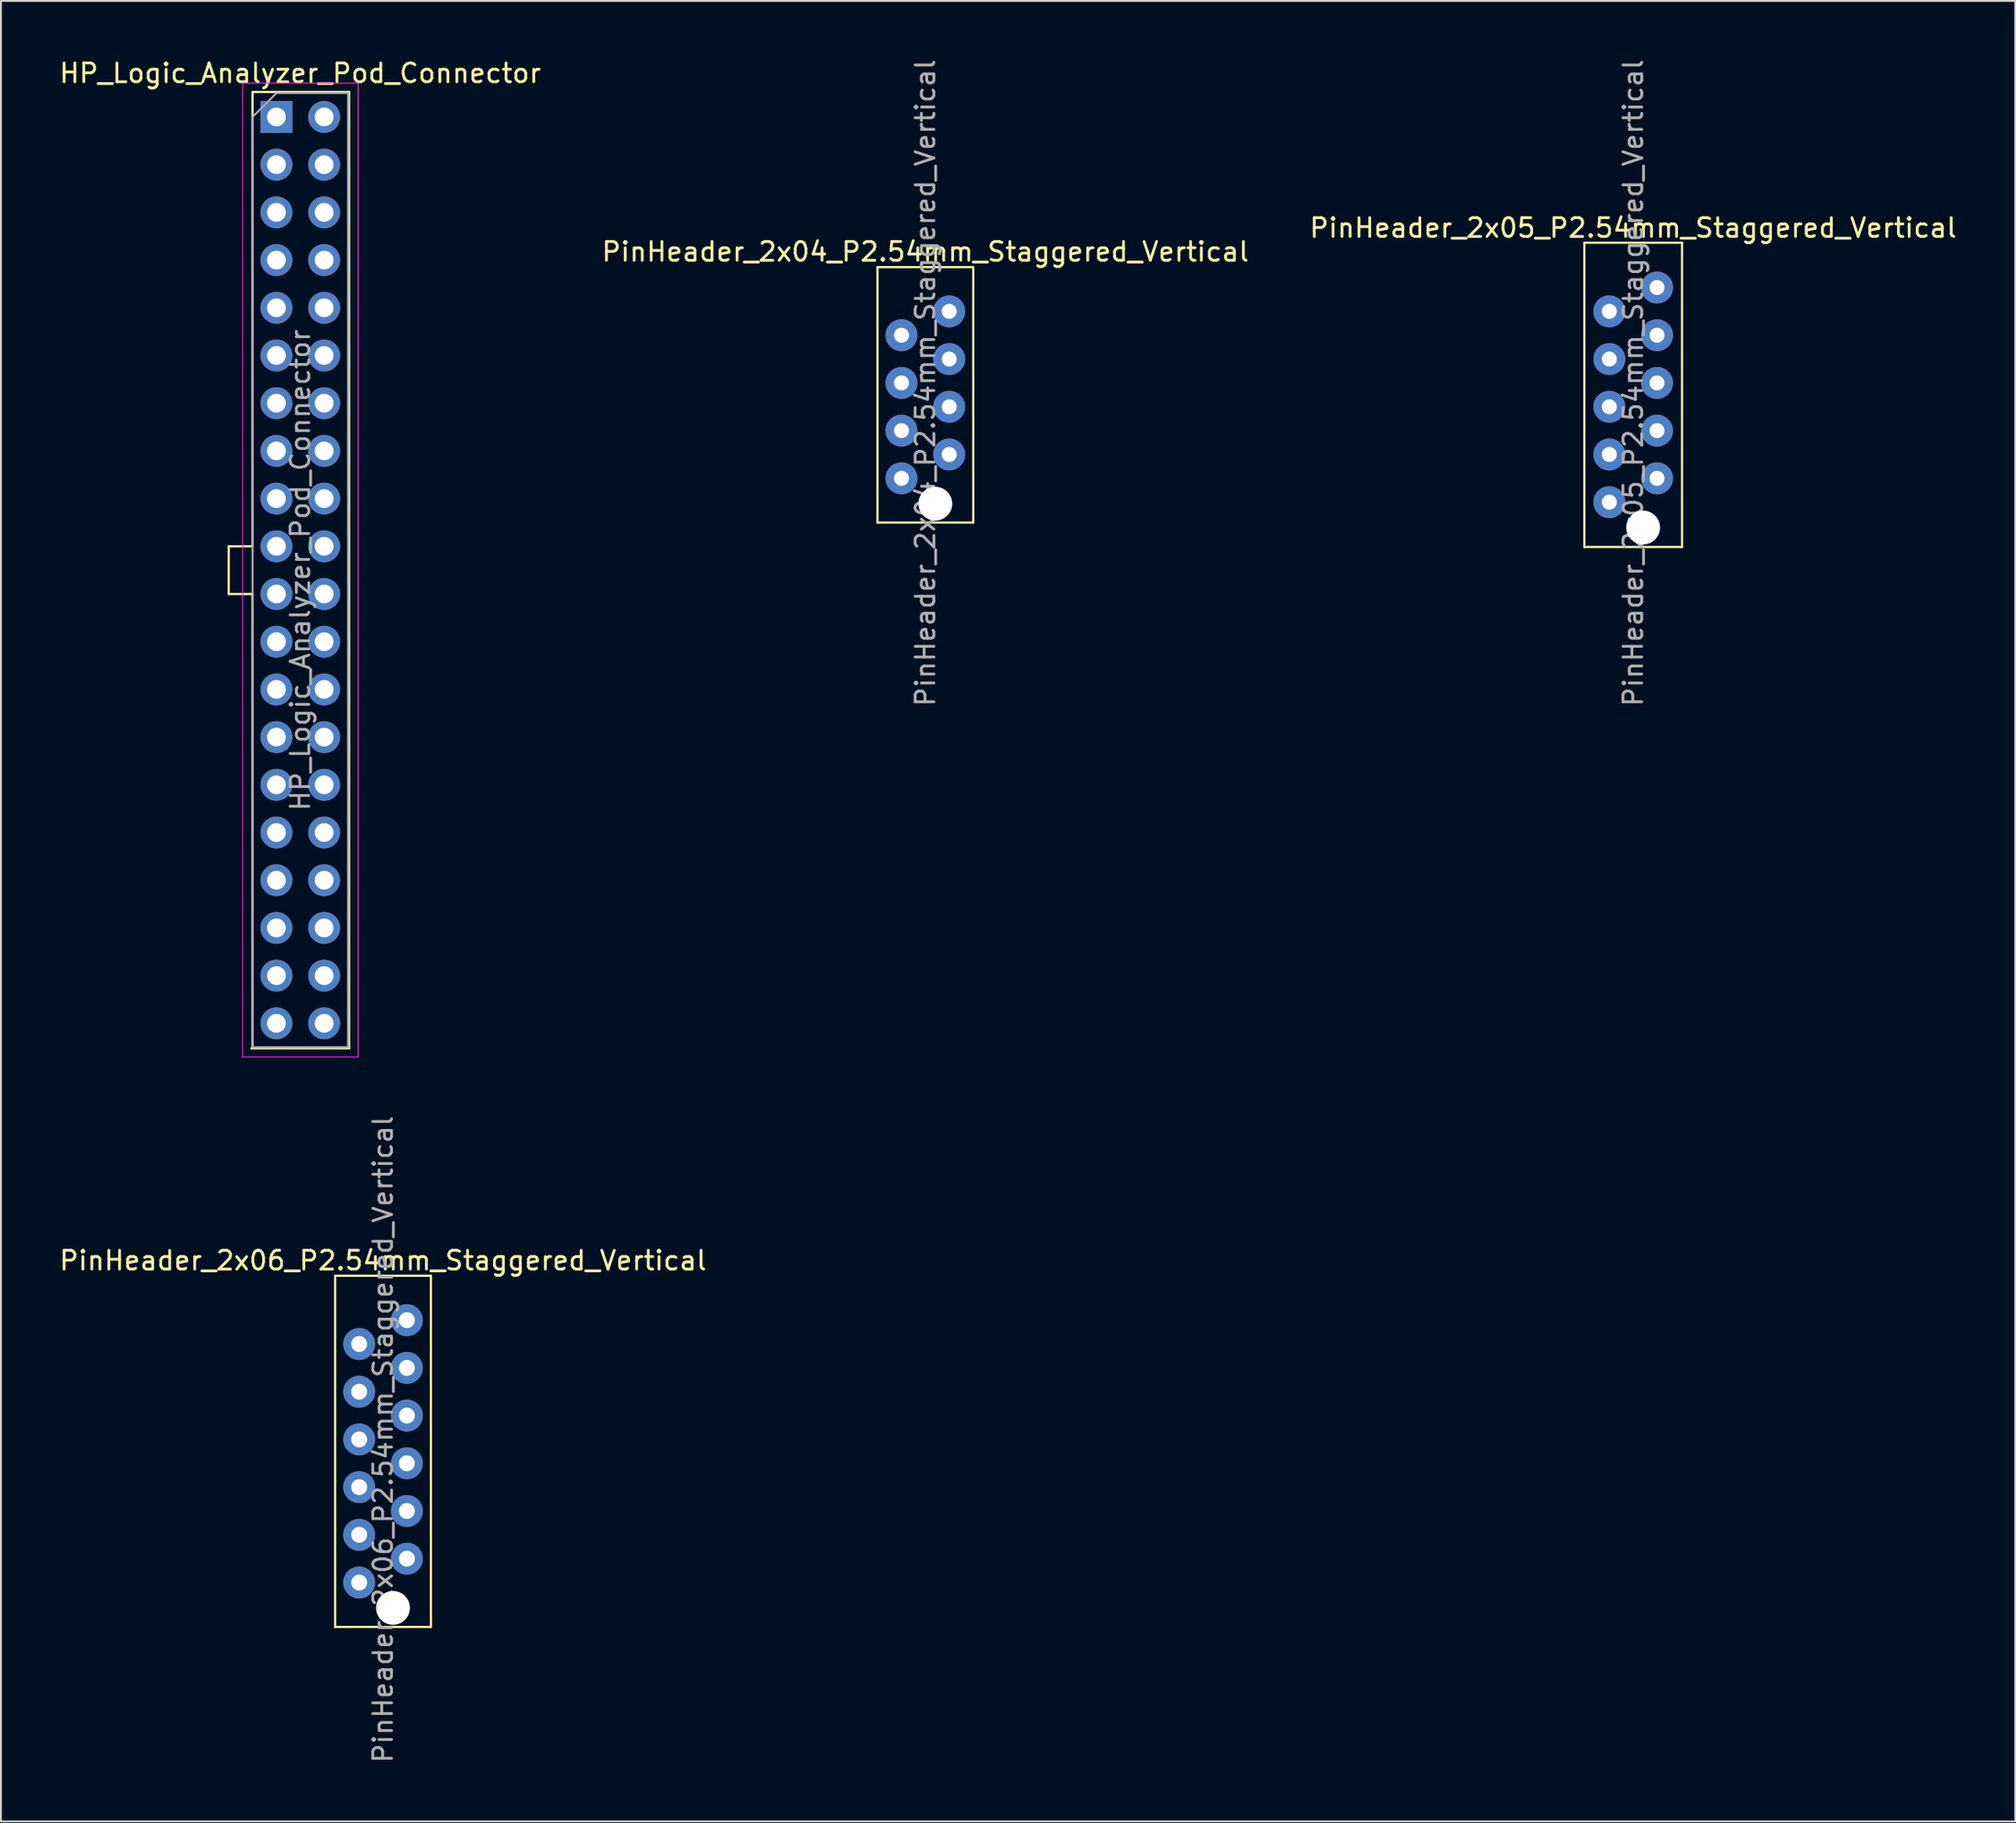
<source format=kicad_pcb>
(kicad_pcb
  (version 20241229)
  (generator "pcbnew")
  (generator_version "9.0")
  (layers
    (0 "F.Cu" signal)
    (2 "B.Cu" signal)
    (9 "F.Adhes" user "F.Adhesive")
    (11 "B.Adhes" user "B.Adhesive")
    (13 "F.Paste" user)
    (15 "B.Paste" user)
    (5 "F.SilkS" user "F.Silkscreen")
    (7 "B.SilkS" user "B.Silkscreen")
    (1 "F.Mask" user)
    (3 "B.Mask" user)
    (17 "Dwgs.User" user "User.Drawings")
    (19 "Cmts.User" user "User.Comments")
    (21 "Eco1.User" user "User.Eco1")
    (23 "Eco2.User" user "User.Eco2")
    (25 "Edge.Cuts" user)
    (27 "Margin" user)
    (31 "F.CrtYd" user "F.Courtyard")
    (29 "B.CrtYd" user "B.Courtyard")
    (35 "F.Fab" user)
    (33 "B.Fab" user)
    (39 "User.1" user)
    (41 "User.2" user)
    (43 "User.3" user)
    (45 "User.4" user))
  (footprint "HP_Logic_Analyzer_Pod_Connector"
    (layer "F.Cu")
    (at 11.665 3.178)
    (property "Reference" "HP_Logic_Analyzer_Pod_Connector" (at 1.27 -2.33 0) (layer "F.SilkS") (effects (font (size 1 1) (thickness 0.15))))
    (attr through_hole)
    (fp_line (start -2.54 22.86) (end -1.27 22.86) (stroke (width 0.12) (type solid)) (layer "F.SilkS"))
    (fp_line (start -2.54 25.4) (end -2.54 22.86) (stroke (width 0.12) (type solid)) (layer "F.SilkS"))
    (fp_line (start -1.33 49.59) (end 3.87 49.59) (stroke (width 0.12) (type solid)) (layer "F.SilkS"))
    (fp_line (start -1.27 -1.33) (end -1.27 22.86) (stroke (width 0.12) (type solid)) (layer "F.SilkS"))
    (fp_line (start -1.27 -1.33) (end 3.87 -1.33) (stroke (width 0.12) (type solid)) (layer "F.SilkS"))
    (fp_line (start -1.27 25.4) (end -2.54 25.4) (stroke (width 0.12) (type solid)) (layer "F.SilkS"))
    (fp_line (start -1.27 25.4) (end -1.27 49.59) (stroke (width 0.12) (type solid)) (layer "F.SilkS"))
    (fp_line (start 3.87 -1.33) (end 3.87 49.59) (stroke (width 0.12) (type solid)) (layer "F.SilkS"))
    (fp_line (start -1.8 -1.8) (end -1.8 50.05) (stroke (width 0.05) (type solid)) (layer "F.CrtYd"))
    (fp_line (start -1.8 50.05) (end 4.35 50.05) (stroke (width 0.05) (type solid)) (layer "F.CrtYd"))
    (fp_line (start 4.35 -1.8) (end -1.8 -1.8) (stroke (width 0.05) (type solid)) (layer "F.CrtYd"))
    (fp_line (start 4.35 50.05) (end 4.35 -1.8) (stroke (width 0.05) (type solid)) (layer "F.CrtYd"))
    (fp_line (start -1.27 0) (end 0 -1.27) (stroke (width 0.1) (type solid)) (layer "F.Fab"))
    (fp_line (start -1.27 49.53) (end -1.27 0) (stroke (width 0.1) (type solid)) (layer "F.Fab"))
    (fp_line (start 0 -1.27) (end 3.81 -1.27) (stroke (width 0.1) (type solid)) (layer "F.Fab"))
    (fp_line (start 3.81 -1.27) (end 3.81 49.53) (stroke (width 0.1) (type solid)) (layer "F.Fab"))
    (fp_line (start 3.81 49.53) (end -1.27 49.53) (stroke (width 0.1) (type solid)) (layer "F.Fab"))
    (fp_text user "${REFERENCE}" (at 1.27 24.13 90) (layer "F.Fab") (effects (font (size 1 1) (thickness 0.15))))
    (pad "1" thru_hole rect (at 0 0) (size 1.7 1.7) (drill 1) (layers "*.Cu" "*.Mask"))
    (pad "2" thru_hole oval (at 2.54 0) (size 1.7 1.7) (drill 1) (layers "*.Cu" "*.Mask"))
    (pad "3" thru_hole oval (at 0 2.54) (size 1.7 1.7) (drill 1) (layers "*.Cu" "*.Mask"))
    (pad "4" thru_hole oval (at 2.54 2.54) (size 1.7 1.7) (drill 1) (layers "*.Cu" "*.Mask"))
    (pad "5" thru_hole oval (at 0 5.08) (size 1.7 1.7) (drill 1) (layers "*.Cu" "*.Mask"))
    (pad "6" thru_hole oval (at 2.54 5.08) (size 1.7 1.7) (drill 1) (layers "*.Cu" "*.Mask"))
    (pad "7" thru_hole oval (at 0 7.62) (size 1.7 1.7) (drill 1) (layers "*.Cu" "*.Mask"))
    (pad "8" thru_hole oval (at 2.54 7.62) (size 1.7 1.7) (drill 1) (layers "*.Cu" "*.Mask"))
    (pad "9" thru_hole oval (at 0 10.16) (size 1.7 1.7) (drill 1) (layers "*.Cu" "*.Mask"))
    (pad "10" thru_hole oval (at 2.54 10.16) (size 1.7 1.7) (drill 1) (layers "*.Cu" "*.Mask"))
    (pad "11" thru_hole oval (at 0 12.7) (size 1.7 1.7) (drill 1) (layers "*.Cu" "*.Mask"))
    (pad "12" thru_hole oval (at 2.54 12.7) (size 1.7 1.7) (drill 1) (layers "*.Cu" "*.Mask"))
    (pad "13" thru_hole oval (at 0 15.24) (size 1.7 1.7) (drill 1) (layers "*.Cu" "*.Mask"))
    (pad "14" thru_hole oval (at 2.54 15.24) (size 1.7 1.7) (drill 1) (layers "*.Cu" "*.Mask"))
    (pad "15" thru_hole oval (at 0 17.78) (size 1.7 1.7) (drill 1) (layers "*.Cu" "*.Mask"))
    (pad "16" thru_hole oval (at 2.54 17.78) (size 1.7 1.7) (drill 1) (layers "*.Cu" "*.Mask"))
    (pad "17" thru_hole oval (at 0 20.32) (size 1.7 1.7) (drill 1) (layers "*.Cu" "*.Mask"))
    (pad "18" thru_hole oval (at 2.54 20.32) (size 1.7 1.7) (drill 1) (layers "*.Cu" "*.Mask"))
    (pad "19" thru_hole oval (at 0 22.86) (size 1.7 1.7) (drill 1) (layers "*.Cu" "*.Mask"))
    (pad "20" thru_hole oval (at 2.54 22.86) (size 1.7 1.7) (drill 1) (layers "*.Cu" "*.Mask"))
    (pad "21" thru_hole oval (at 0 25.4) (size 1.7 1.7) (drill 1) (layers "*.Cu" "*.Mask"))
    (pad "22" thru_hole oval (at 2.54 25.4) (size 1.7 1.7) (drill 1) (layers "*.Cu" "*.Mask"))
    (pad "23" thru_hole oval (at 0 27.94) (size 1.7 1.7) (drill 1) (layers "*.Cu" "*.Mask"))
    (pad "24" thru_hole oval (at 2.54 27.94) (size 1.7 1.7) (drill 1) (layers "*.Cu" "*.Mask"))
    (pad "25" thru_hole oval (at 0 30.48) (size 1.7 1.7) (drill 1) (layers "*.Cu" "*.Mask"))
    (pad "26" thru_hole oval (at 2.54 30.48) (size 1.7 1.7) (drill 1) (layers "*.Cu" "*.Mask"))
    (pad "27" thru_hole oval (at 0 33.02) (size 1.7 1.7) (drill 1) (layers "*.Cu" "*.Mask"))
    (pad "28" thru_hole oval (at 2.54 33.02) (size 1.7 1.7) (drill 1) (layers "*.Cu" "*.Mask"))
    (pad "29" thru_hole oval (at 0 35.56) (size 1.7 1.7) (drill 1) (layers "*.Cu" "*.Mask"))
    (pad "30" thru_hole oval (at 2.54 35.56) (size 1.7 1.7) (drill 1) (layers "*.Cu" "*.Mask"))
    (pad "31" thru_hole oval (at 0 38.1) (size 1.7 1.7) (drill 1) (layers "*.Cu" "*.Mask"))
    (pad "32" thru_hole oval (at 2.54 38.1) (size 1.7 1.7) (drill 1) (layers "*.Cu" "*.Mask"))
    (pad "33" thru_hole oval (at 0 40.64) (size 1.7 1.7) (drill 1) (layers "*.Cu" "*.Mask"))
    (pad "34" thru_hole oval (at 2.54 40.64) (size 1.7 1.7) (drill 1) (layers "*.Cu" "*.Mask"))
    (pad "35" thru_hole oval (at 0 43.18) (size 1.7 1.7) (drill 1) (layers "*.Cu" "*.Mask"))
    (pad "36" thru_hole oval (at 2.54 43.18) (size 1.7 1.7) (drill 1) (layers "*.Cu" "*.Mask"))
    (pad "37" thru_hole oval (at 0 45.72) (size 1.7 1.7) (drill 1) (layers "*.Cu" "*.Mask"))
    (pad "38" thru_hole oval (at 2.54 45.72) (size 1.7 1.7) (drill 1) (layers "*.Cu" "*.Mask"))
    (pad "39" thru_hole oval (at 0 48.26) (size 1.7 1.7) (drill 1) (layers "*.Cu" "*.Mask"))
    (pad "40" thru_hole oval (at 2.54 48.26) (size 1.7 1.7) (drill 1) (layers "*.Cu" "*.Mask")))
  (footprint "PinHeader_2x06_P2.54mm_Staggered_Vertical"
    (layer "F.Cu")
    (at 17.339 74.228)
    (property "Reference" "PinHeader_2x06_P2.54mm_Staggered_Vertical" (at 0 -10.16 0) (layer "F.SilkS") (effects (font (size 1 1) (thickness 0.15))))
    (attr through_hole)
    (fp_line (start -2.55 -9.35) (end -2.55 9.35) (stroke (width 0.12) (type solid)) (layer "F.SilkS"))
    (fp_line (start -2.55 -9.35) (end 2.55 -9.35) (stroke (width 0.12) (type solid)) (layer "F.SilkS"))
    (fp_line (start -2.55 9.35) (end 2.55 9.35) (stroke (width 0.12) (type solid)) (layer "F.SilkS"))
    (fp_line (start 2.55 -9.35) (end 2.55 9.35) (stroke (width 0.12) (type solid)) (layer "F.SilkS"))
    (fp_text user "${REFERENCE}" (at 0 -0.635 90) (layer "F.Fab") (effects (font (size 1 1) (thickness 0.15))))
    (pad "" np_thru_hole circle (at 0.53 8.335) (size 1.8 1.8) (drill 1.8) (layers "*.Cu" "*.Mask"))
    (pad "1" thru_hole circle (at -1.27 -5.715) (size 1.7 1.7) (drill 0.85) (layers "*.Cu" "*.Mask"))
    (pad "2" thru_hole oval (at 1.27 -6.985) (size 1.7 1.7) (drill 0.85) (layers "*.Cu" "*.Mask"))
    (pad "3" thru_hole oval (at -1.27 -3.175) (size 1.7 1.7) (drill 0.85) (layers "*.Cu" "*.Mask"))
    (pad "4" thru_hole oval (at 1.27 -4.445) (size 1.7 1.7) (drill 0.85) (layers "*.Cu" "*.Mask"))
    (pad "5" thru_hole oval (at -1.27 -0.635) (size 1.7 1.7) (drill 0.85) (layers "*.Cu" "*.Mask"))
    (pad "6" thru_hole oval (at 1.27 -1.905) (size 1.7 1.7) (drill 0.85) (layers "*.Cu" "*.Mask"))
    (pad "7" thru_hole oval (at -1.27 1.905) (size 1.7 1.7) (drill 0.85) (layers "*.Cu" "*.Mask"))
    (pad "8" thru_hole oval (at 1.27 0.635) (size 1.7 1.7) (drill 0.85) (layers "*.Cu" "*.Mask"))
    (pad "9" thru_hole oval (at -1.27 4.445) (size 1.7 1.7) (drill 0.85) (layers "*.Cu" "*.Mask"))
    (pad "10" thru_hole oval (at 1.27 3.175) (size 1.7 1.7) (drill 0.85) (layers "*.Cu" "*.Mask"))
    (pad "11" thru_hole oval (at -1.27 6.985) (size 1.7 1.7) (drill 0.85) (layers "*.Cu" "*.Mask"))
    (pad "12" thru_hole oval (at 1.27 5.715) (size 1.7 1.7) (drill 0.85) (layers "*.Cu" "*.Mask")))
  (footprint "PinHeader_2x04_P2.54mm_Staggered_Vertical"
    (layer "F.Cu")
    (at 46.208 17.974)
    (property "Reference" "PinHeader_2x04_P2.54mm_Staggered_Vertical" (at 0 -7.62 0) (layer "F.SilkS") (effects (font (size 1 1) (thickness 0.15))))
    (attr through_hole)
    (fp_line (start -2.55 -6.8) (end -2.55 6.8) (stroke (width 0.12) (type solid)) (layer "F.SilkS"))
    (fp_line (start -2.55 -6.8) (end 2.55 -6.8) (stroke (width 0.12) (type solid)) (layer "F.SilkS"))
    (fp_line (start -2.55 6.8) (end 2.55 6.8) (stroke (width 0.12) (type solid)) (layer "F.SilkS"))
    (fp_line (start 2.55 -6.8) (end 2.55 6.8) (stroke (width 0.12) (type solid)) (layer "F.SilkS"))
    (fp_text user "${REFERENCE}" (at 0 -0.635 90) (layer "F.Fab") (effects (font (size 1 1) (thickness 0.15))))
    (pad "" np_thru_hole circle (at 0.53 5.795) (size 1.8 1.8) (drill 1.8) (layers "*.Cu" "*.Mask"))
    (pad "1" thru_hole circle (at -1.27 -3.175) (size 1.7 1.7) (drill 0.8) (layers "*.Cu" "*.Mask"))
    (pad "2" thru_hole oval (at 1.27 -4.445) (size 1.7 1.7) (drill 0.8) (layers "*.Cu" "*.Mask"))
    (pad "3" thru_hole oval (at -1.27 -0.635) (size 1.7 1.7) (drill 0.8) (layers "*.Cu" "*.Mask"))
    (pad "4" thru_hole oval (at 1.27 -1.905) (size 1.7 1.7) (drill 0.8) (layers "*.Cu" "*.Mask"))
    (pad "5" thru_hole oval (at -1.27 1.905) (size 1.7 1.7) (drill 0.8) (layers "*.Cu" "*.Mask"))
    (pad "6" thru_hole oval (at 1.27 0.635) (size 1.7 1.7) (drill 0.8) (layers "*.Cu" "*.Mask"))
    (pad "7" thru_hole oval (at -1.27 4.445) (size 1.7 1.7) (drill 0.8) (layers "*.Cu" "*.Mask"))
    (pad "8" thru_hole oval (at 1.27 3.175) (size 1.7 1.7) (drill 0.8) (layers "*.Cu" "*.Mask")))
  (footprint "PinHeader_2x05_P2.54mm_Staggered_Vertical"
    (layer "F.Cu")
    (at 83.887 17.974)
    (property "Reference" "PinHeader_2x05_P2.54mm_Staggered_Vertical" (at 0 -8.89 0) (layer "F.SilkS") (effects (font (size 1 1) (thickness 0.15))))
    (attr through_hole)
    (fp_line (start -2.6 -8.1) (end -2.6 8.1) (stroke (width 0.12) (type solid)) (layer "F.SilkS"))
    (fp_line (start -2.6 -8.1) (end 2.6 -8.1) (stroke (width 0.12) (type solid)) (layer "F.SilkS"))
    (fp_line (start -2.6 8.1) (end 2.6 8.1) (stroke (width 0.12) (type solid)) (layer "F.SilkS"))
    (fp_line (start 2.6 -8.1) (end 2.6 8.1) (stroke (width 0.12) (type solid)) (layer "F.SilkS"))
    (fp_text user "${REFERENCE}" (at 0 -0.635 90) (layer "F.Fab") (effects (font (size 1 1) (thickness 0.15))))
    (pad "" np_thru_hole circle (at 0.53 7.065) (size 1.8 1.8) (drill 1.8) (layers "*.Cu" "*.Mask"))
    (pad "1" thru_hole circle (at -1.27 -4.445) (size 1.7 1.7) (drill 0.8) (layers "*.Cu" "*.Mask"))
    (pad "2" thru_hole oval (at 1.27 -5.715) (size 1.7 1.7) (drill 0.8) (layers "*.Cu" "*.Mask"))
    (pad "3" thru_hole oval (at -1.27 -1.905) (size 1.7 1.7) (drill 0.8) (layers "*.Cu" "*.Mask"))
    (pad "4" thru_hole oval (at 1.27 -3.175) (size 1.7 1.7) (drill 0.8) (layers "*.Cu" "*.Mask"))
    (pad "5" thru_hole oval (at -1.27 0.635) (size 1.7 1.7) (drill 0.8) (layers "*.Cu" "*.Mask"))
    (pad "6" thru_hole oval (at 1.27 -0.635) (size 1.7 1.7) (drill 0.8) (layers "*.Cu" "*.Mask"))
    (pad "7" thru_hole oval (at -1.27 3.175) (size 1.7 1.7) (drill 0.8) (layers "*.Cu" "*.Mask"))
    (pad "8" thru_hole oval (at 1.27 1.905) (size 1.7 1.7) (drill 0.8) (layers "*.Cu" "*.Mask"))
    (pad "9" thru_hole oval (at -1.27 5.715) (size 1.7 1.7) (drill 0.8) (layers "*.Cu" "*.Mask"))
    (pad "10" thru_hole oval (at 1.27 4.445) (size 1.7 1.7) (drill 0.8) (layers "*.Cu" "*.Mask")))
  (gr_rect
    (start -3 -3)
    (end 104.226 93.932)
    (stroke (width 0.1) (type default))
    (fill no)
    (layer "Edge.Cuts")))
</source>
